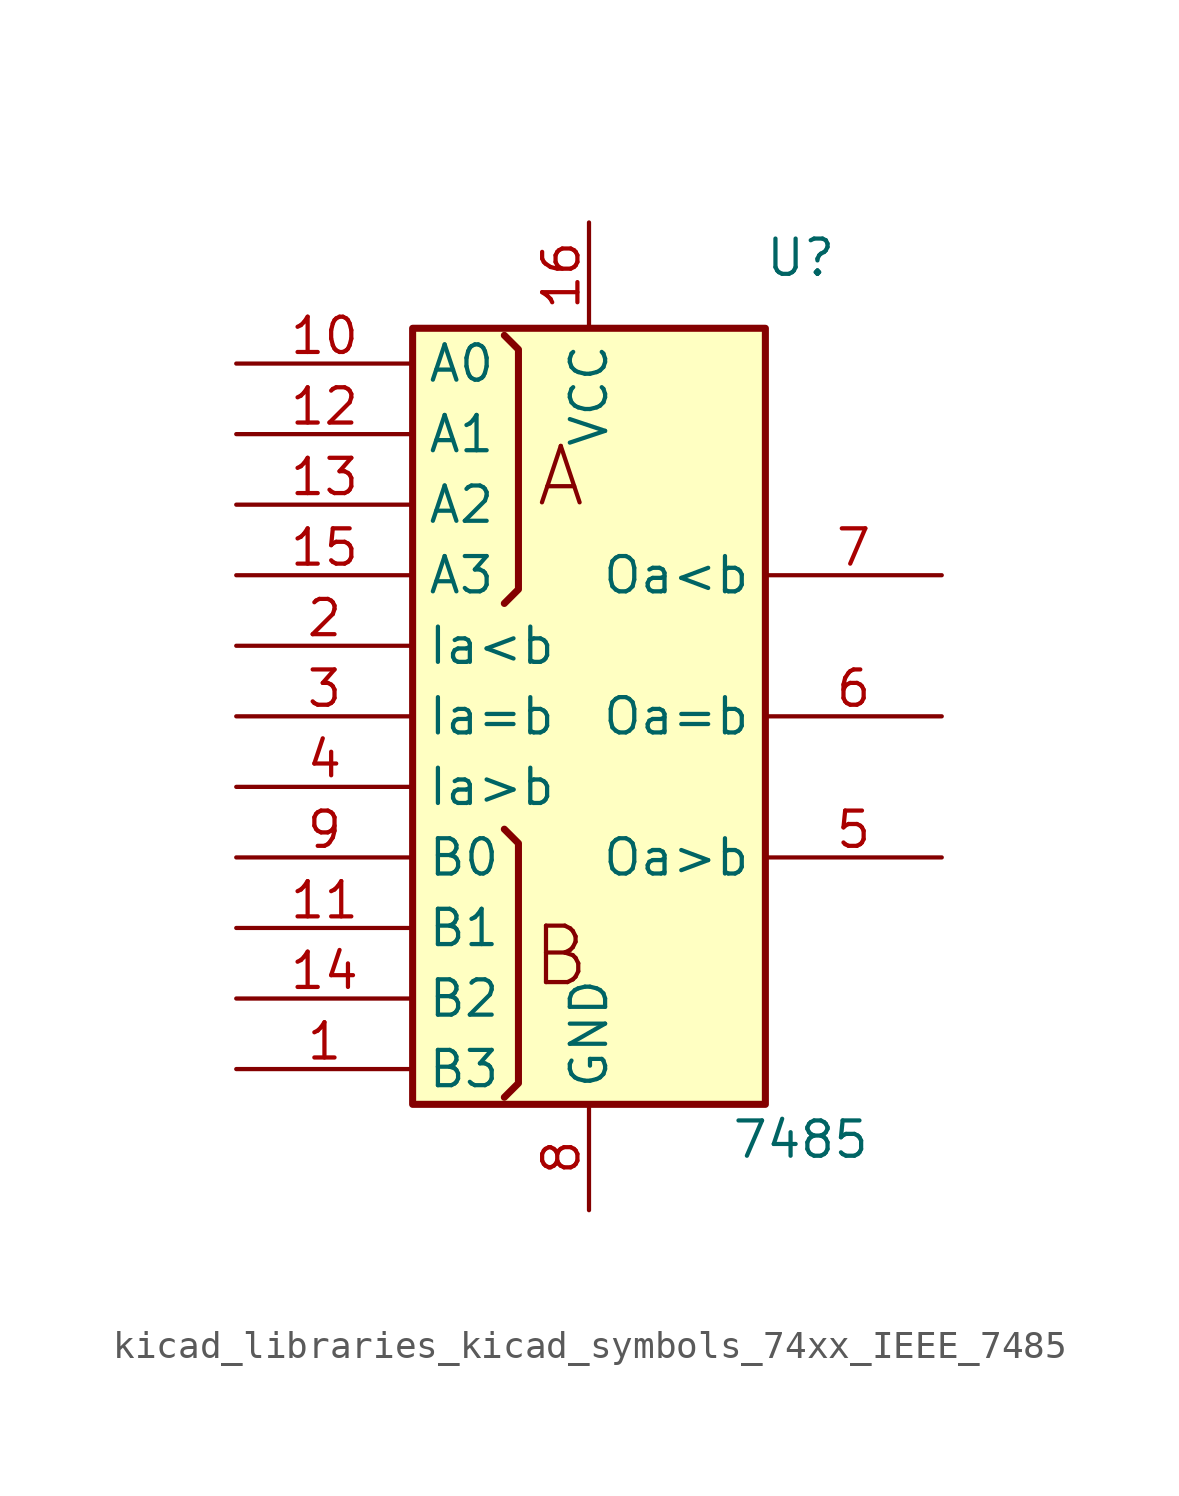
<source format=kicad_sym>
(kicad_symbol_lib
  (version 20220914)
  (generator kicad_symbol_editor)
  (symbol "kicad_libraries_kicad_symbols_74xx_IEEE_7485"
    (property "Reference" "U"
      (at 7.62 16.51 0)
      (effects (font (size 1.27 1.27))))
    (property "Value" "7485"
      (at 7.62 -15.24 0)
      (effects (font (size 1.27 1.27))))
    (symbol "kicad_libraries_kicad_symbols_74xx_IEEE_7485_0_0"
      (rectangle (start -6.35 13.97) (end 6.35 -13.97) (stroke (width 0.254) (type default)) (fill (type background)))
      (polyline (pts (xy -3.048 -13.716) (xy -2.54 -13.208) (xy -2.54 -4.572) (xy -3.048 -4.064) (xy -3.048 -4.064)) (stroke (width 0.254) (type default)) (fill (type background)))
      (polyline (pts (xy -3.048 13.716) (xy -2.54 13.208) (xy -2.54 4.572) (xy -3.048 4.064) (xy -3.048 4.064)) (stroke (width 0.254) (type default)) (fill (type background)))
      (text "A" (at -1.016 8.636 0) (effects (font (size 2.032 2.032))))
      (text "B" (at -1.016 -8.636 0) (effects (font (size 2.032 2.032))))
      (pin power_in line (at 0 17.78 270) (length 3.81) (name "VCC" (effects (font (size 1.27 1.27)))) (number "16" (effects (font (size 1.27 1.27)))))
      (pin power_in line (at 0 -17.78 90) (length 3.81) (name "GND" (effects (font (size 1.27 1.27)))) (number "8" (effects (font (size 1.27 1.27))))))
    (symbol "kicad_libraries_kicad_symbols_74xx_IEEE_7485_1_1"
      (pin input line (at -12.7 -12.7 0) (length 6.35) (name "B3" (effects (font (size 1.27 1.27)))) (number "1" (effects (font (size 1.27 1.27)))))
      (pin input line (at -12.7 12.7 0) (length 6.35) (name "A0" (effects (font (size 1.27 1.27)))) (number "10" (effects (font (size 1.27 1.27)))))
      (pin input line (at -12.7 -7.62 0) (length 6.35) (name "B1" (effects (font (size 1.27 1.27)))) (number "11" (effects (font (size 1.27 1.27)))))
      (pin input line (at -12.7 10.16 0) (length 6.35) (name "A1" (effects (font (size 1.27 1.27)))) (number "12" (effects (font (size 1.27 1.27)))))
      (pin input line (at -12.7 7.62 0) (length 6.35) (name "A2" (effects (font (size 1.27 1.27)))) (number "13" (effects (font (size 1.27 1.27)))))
      (pin input line (at -12.7 -10.16 0) (length 6.35) (name "B2" (effects (font (size 1.27 1.27)))) (number "14" (effects (font (size 1.27 1.27)))))
      (pin input line (at -12.7 5.08 0) (length 6.35) (name "A3" (effects (font (size 1.27 1.27)))) (number "15" (effects (font (size 1.27 1.27)))))
      (pin input line (at -12.7 2.54 0) (length 6.35) (name "Ia<b" (effects (font (size 1.27 1.27)))) (number "2" (effects (font (size 1.27 1.27)))))
      (pin input line (at -12.7 0 0) (length 6.35) (name "Ia=b" (effects (font (size 1.27 1.27)))) (number "3" (effects (font (size 1.27 1.27)))))
      (pin input line (at -12.7 -2.54 0) (length 6.35) (name "Ia>b" (effects (font (size 1.27 1.27)))) (number "4" (effects (font (size 1.27 1.27)))))
      (pin output line (at 12.7 -5.08 180) (length 6.35) (name "Oa>b" (effects (font (size 1.27 1.27)))) (number "5" (effects (font (size 1.27 1.27)))))
      (pin output line (at 12.7 0 180) (length 6.35) (name "Oa=b" (effects (font (size 1.27 1.27)))) (number "6" (effects (font (size 1.27 1.27)))))
      (pin output line (at 12.7 5.08 180) (length 6.35) (name "Oa<b" (effects (font (size 1.27 1.27)))) (number "7" (effects (font (size 1.27 1.27)))))
      (pin input line (at -12.7 -5.08 0) (length 6.35) (name "B0" (effects (font (size 1.27 1.27)))) (number "9" (effects (font (size 1.27 1.27))))))))
</source>
